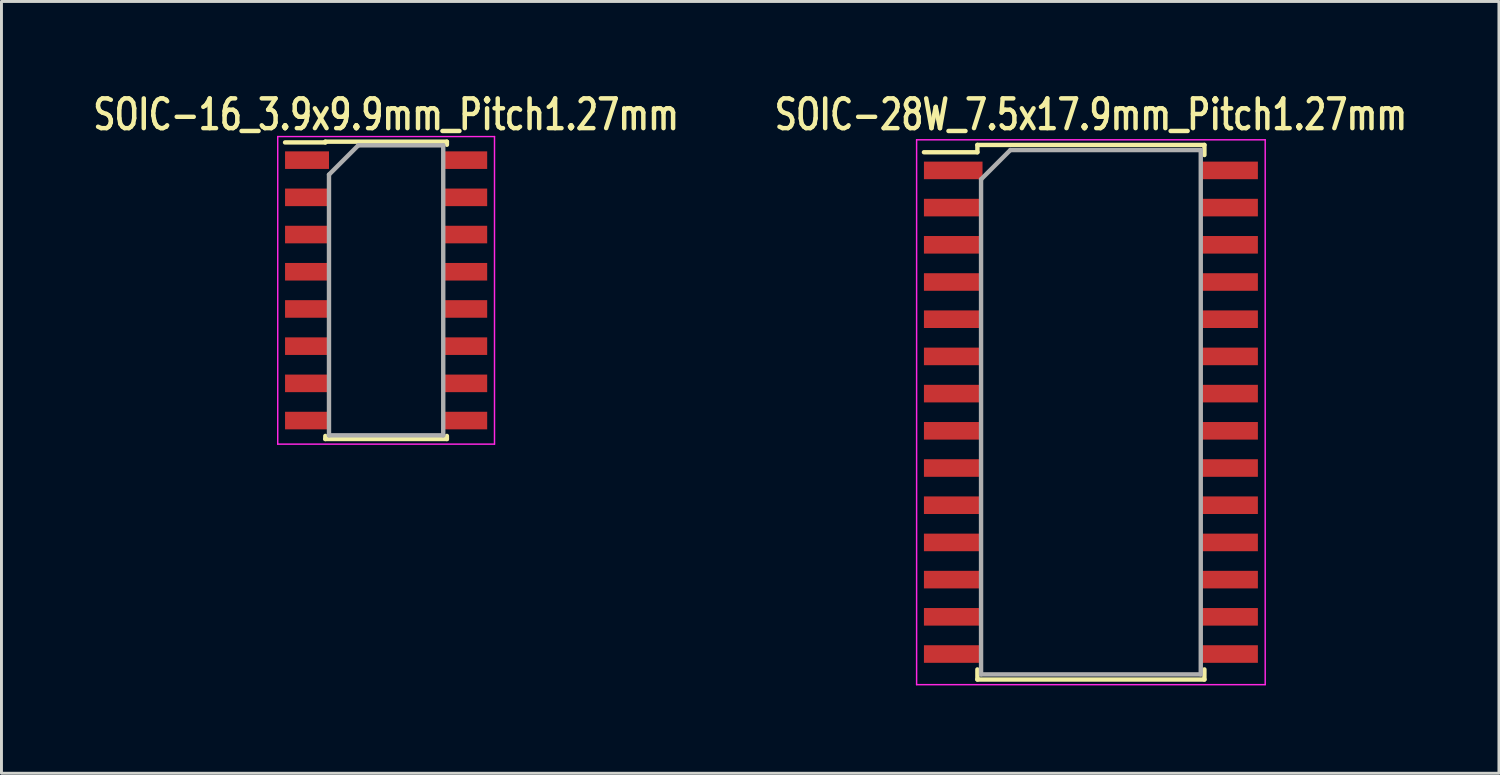
<source format=kicad_pcb>
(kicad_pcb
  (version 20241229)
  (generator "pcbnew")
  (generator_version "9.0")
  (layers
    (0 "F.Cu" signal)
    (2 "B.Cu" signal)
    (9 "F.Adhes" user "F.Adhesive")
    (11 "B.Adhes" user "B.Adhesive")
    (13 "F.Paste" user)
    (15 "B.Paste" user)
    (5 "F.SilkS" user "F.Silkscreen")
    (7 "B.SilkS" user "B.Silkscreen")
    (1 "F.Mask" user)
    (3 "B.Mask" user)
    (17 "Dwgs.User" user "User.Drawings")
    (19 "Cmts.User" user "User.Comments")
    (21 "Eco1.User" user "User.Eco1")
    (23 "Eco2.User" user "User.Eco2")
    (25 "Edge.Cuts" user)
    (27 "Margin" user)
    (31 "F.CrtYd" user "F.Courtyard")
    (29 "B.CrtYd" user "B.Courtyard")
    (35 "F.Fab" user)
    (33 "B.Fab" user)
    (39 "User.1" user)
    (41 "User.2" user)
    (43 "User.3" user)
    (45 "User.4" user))
  (footprint "SOIC-16_3.9x9.9mm_Pitch1.27mm"
    (layer "F.Cu")
    (at 10.131 6.862)
    (property "Reference" "SOIC-16_3.9x9.9mm_Pitch1.27mm" (at 0 -6 0) (layer "F.SilkS") (effects (font (size 1.016 0.762) (thickness 0.152))))
    (attr smd)
    (fp_line (start -2.075 -5.075) (end -2.075 -5.05) (stroke (width 0.15) (type solid)) (layer "F.SilkS"))
    (fp_line (start -2.075 -5.075) (end 2.075 -5.075) (stroke (width 0.15) (type solid)) (layer "F.SilkS"))
    (fp_line (start -2.075 -5.05) (end -3.45 -5.05) (stroke (width 0.15) (type solid)) (layer "F.SilkS"))
    (fp_line (start -2.075 5.075) (end -2.075 4.97) (stroke (width 0.15) (type solid)) (layer "F.SilkS"))
    (fp_line (start -2.075 5.075) (end 2.075 5.075) (stroke (width 0.15) (type solid)) (layer "F.SilkS"))
    (fp_line (start 2.075 -5.075) (end 2.075 -4.97) (stroke (width 0.15) (type solid)) (layer "F.SilkS"))
    (fp_line (start 2.075 5.075) (end 2.075 4.97) (stroke (width 0.15) (type solid)) (layer "F.SilkS"))
    (fp_line (start -3.7 -5.25) (end -3.7 5.25) (stroke (width 0.05) (type solid)) (layer "F.CrtYd"))
    (fp_line (start -3.7 -5.25) (end 3.7 -5.25) (stroke (width 0.05) (type solid)) (layer "F.CrtYd"))
    (fp_line (start -3.7 5.25) (end 3.7 5.25) (stroke (width 0.05) (type solid)) (layer "F.CrtYd"))
    (fp_line (start 3.7 -5.25) (end 3.7 5.25) (stroke (width 0.05) (type solid)) (layer "F.CrtYd"))
    (fp_line (start -1.95 -3.95) (end -0.95 -4.95) (stroke (width 0.15) (type solid)) (layer "F.Fab"))
    (fp_line (start -1.95 4.95) (end -1.95 -3.95) (stroke (width 0.15) (type solid)) (layer "F.Fab"))
    (fp_line (start -0.95 -4.95) (end 1.95 -4.95) (stroke (width 0.15) (type solid)) (layer "F.Fab"))
    (fp_line (start 1.95 -4.95) (end 1.95 4.95) (stroke (width 0.15) (type solid)) (layer "F.Fab"))
    (fp_line (start 1.95 4.95) (end -1.95 4.95) (stroke (width 0.15) (type solid)) (layer "F.Fab"))
    (pad "1" smd rect (at -2.7 -4.445) (size 1.5 0.6) (layers "F.Cu" "F.Mask" "F.Paste"))
    (pad "2" smd rect (at -2.7 -3.175) (size 1.5 0.6) (layers "F.Cu" "F.Mask" "F.Paste"))
    (pad "3" smd rect (at -2.7 -1.905) (size 1.5 0.6) (layers "F.Cu" "F.Mask" "F.Paste"))
    (pad "4" smd rect (at -2.7 -0.635) (size 1.5 0.6) (layers "F.Cu" "F.Mask" "F.Paste"))
    (pad "5" smd rect (at -2.7 0.635) (size 1.5 0.6) (layers "F.Cu" "F.Mask" "F.Paste"))
    (pad "6" smd rect (at -2.7 1.905) (size 1.5 0.6) (layers "F.Cu" "F.Mask" "F.Paste"))
    (pad "7" smd rect (at -2.7 3.175) (size 1.5 0.6) (layers "F.Cu" "F.Mask" "F.Paste"))
    (pad "8" smd rect (at -2.7 4.445) (size 1.5 0.6) (layers "F.Cu" "F.Mask" "F.Paste"))
    (pad "9" smd rect (at 2.7 4.445) (size 1.5 0.6) (layers "F.Cu" "F.Mask" "F.Paste"))
    (pad "10" smd rect (at 2.7 3.175) (size 1.5 0.6) (layers "F.Cu" "F.Mask" "F.Paste"))
    (pad "11" smd rect (at 2.7 1.905) (size 1.5 0.6) (layers "F.Cu" "F.Mask" "F.Paste"))
    (pad "12" smd rect (at 2.7 0.635) (size 1.5 0.6) (layers "F.Cu" "F.Mask" "F.Paste"))
    (pad "13" smd rect (at 2.7 -0.635) (size 1.5 0.6) (layers "F.Cu" "F.Mask" "F.Paste"))
    (pad "14" smd rect (at 2.7 -1.905) (size 1.5 0.6) (layers "F.Cu" "F.Mask" "F.Paste"))
    (pad "15" smd rect (at 2.7 -3.175) (size 1.5 0.6) (layers "F.Cu" "F.Mask" "F.Paste"))
    (pad "16" smd rect (at 2.7 -4.445) (size 1.5 0.6) (layers "F.Cu" "F.Mask" "F.Paste")))
  (footprint "SOIC-28W_7.5x17.9mm_Pitch1.27mm"
    (layer "F.Cu")
    (at 34.191 11.022)
    (property "Reference" "SOIC-28W_7.5x17.9mm_Pitch1.27mm" (at 0 -10.16 0) (layer "F.SilkS") (effects (font (size 1.016 0.762) (thickness 0.152))))
    (attr smd)
    (fp_line (start -3.875 -9.125) (end -3.875 -8.875) (stroke (width 0.15) (type solid)) (layer "F.SilkS"))
    (fp_line (start -3.875 -9.125) (end 3.875 -9.125) (stroke (width 0.15) (type solid)) (layer "F.SilkS"))
    (fp_line (start -3.875 -8.875) (end -5.7 -8.875) (stroke (width 0.15) (type solid)) (layer "F.SilkS"))
    (fp_line (start -3.875 9.125) (end -3.875 8.78) (stroke (width 0.15) (type solid)) (layer "F.SilkS"))
    (fp_line (start -3.875 9.125) (end 3.875 9.125) (stroke (width 0.15) (type solid)) (layer "F.SilkS"))
    (fp_line (start 3.875 -9.125) (end 3.875 -8.78) (stroke (width 0.15) (type solid)) (layer "F.SilkS"))
    (fp_line (start 3.875 9.125) (end 3.875 8.78) (stroke (width 0.15) (type solid)) (layer "F.SilkS"))
    (fp_line (start -5.95 -9.3) (end -5.95 9.3) (stroke (width 0.05) (type solid)) (layer "F.CrtYd"))
    (fp_line (start -5.95 -9.3) (end 5.95 -9.3) (stroke (width 0.05) (type solid)) (layer "F.CrtYd"))
    (fp_line (start -5.95 9.3) (end 5.95 9.3) (stroke (width 0.05) (type solid)) (layer "F.CrtYd"))
    (fp_line (start 5.95 -9.3) (end 5.95 9.3) (stroke (width 0.05) (type solid)) (layer "F.CrtYd"))
    (fp_line (start -3.75 -7.95) (end -2.75 -8.95) (stroke (width 0.15) (type solid)) (layer "F.Fab"))
    (fp_line (start -3.75 8.95) (end -3.75 -7.95) (stroke (width 0.15) (type solid)) (layer "F.Fab"))
    (fp_line (start -2.75 -8.95) (end 3.75 -8.95) (stroke (width 0.15) (type solid)) (layer "F.Fab"))
    (fp_line (start 3.75 -8.95) (end 3.75 8.95) (stroke (width 0.15) (type solid)) (layer "F.Fab"))
    (fp_line (start 3.75 8.95) (end -3.75 8.95) (stroke (width 0.15) (type solid)) (layer "F.Fab"))
    (pad "1" smd rect (at -4.7 -8.255) (size 2 0.6) (layers "F.Cu" "F.Mask" "F.Paste"))
    (pad "2" smd rect (at -4.7 -6.985) (size 2 0.6) (layers "F.Cu" "F.Mask" "F.Paste"))
    (pad "3" smd rect (at -4.7 -5.715) (size 2 0.6) (layers "F.Cu" "F.Mask" "F.Paste"))
    (pad "4" smd rect (at -4.7 -4.445) (size 2 0.6) (layers "F.Cu" "F.Mask" "F.Paste"))
    (pad "5" smd rect (at -4.7 -3.175) (size 2 0.6) (layers "F.Cu" "F.Mask" "F.Paste"))
    (pad "6" smd rect (at -4.7 -1.905) (size 2 0.6) (layers "F.Cu" "F.Mask" "F.Paste"))
    (pad "7" smd rect (at -4.7 -0.635) (size 2 0.6) (layers "F.Cu" "F.Mask" "F.Paste"))
    (pad "8" smd rect (at -4.7 0.635) (size 2 0.6) (layers "F.Cu" "F.Mask" "F.Paste"))
    (pad "9" smd rect (at -4.7 1.905) (size 2 0.6) (layers "F.Cu" "F.Mask" "F.Paste"))
    (pad "10" smd rect (at -4.7 3.175) (size 2 0.6) (layers "F.Cu" "F.Mask" "F.Paste"))
    (pad "11" smd rect (at -4.7 4.445) (size 2 0.6) (layers "F.Cu" "F.Mask" "F.Paste"))
    (pad "12" smd rect (at -4.7 5.715) (size 2 0.6) (layers "F.Cu" "F.Mask" "F.Paste"))
    (pad "13" smd rect (at -4.7 6.985) (size 2 0.6) (layers "F.Cu" "F.Mask" "F.Paste"))
    (pad "14" smd rect (at -4.7 8.255) (size 2 0.6) (layers "F.Cu" "F.Mask" "F.Paste"))
    (pad "15" smd rect (at 4.7 8.255) (size 2 0.6) (layers "F.Cu" "F.Mask" "F.Paste"))
    (pad "16" smd rect (at 4.7 6.985) (size 2 0.6) (layers "F.Cu" "F.Mask" "F.Paste"))
    (pad "17" smd rect (at 4.7 5.715) (size 2 0.6) (layers "F.Cu" "F.Mask" "F.Paste"))
    (pad "18" smd rect (at 4.7 4.445) (size 2 0.6) (layers "F.Cu" "F.Mask" "F.Paste"))
    (pad "19" smd rect (at 4.7 3.175) (size 2 0.6) (layers "F.Cu" "F.Mask" "F.Paste"))
    (pad "20" smd rect (at 4.7 1.905) (size 2 0.6) (layers "F.Cu" "F.Mask" "F.Paste"))
    (pad "21" smd rect (at 4.7 0.635) (size 2 0.6) (layers "F.Cu" "F.Mask" "F.Paste"))
    (pad "22" smd rect (at 4.7 -0.635) (size 2 0.6) (layers "F.Cu" "F.Mask" "F.Paste"))
    (pad "23" smd rect (at 4.7 -1.905) (size 2 0.6) (layers "F.Cu" "F.Mask" "F.Paste"))
    (pad "24" smd rect (at 4.7 -3.175) (size 2 0.6) (layers "F.Cu" "F.Mask" "F.Paste"))
    (pad "25" smd rect (at 4.7 -4.445) (size 2 0.6) (layers "F.Cu" "F.Mask" "F.Paste"))
    (pad "26" smd rect (at 4.7 -5.715) (size 2 0.6) (layers "F.Cu" "F.Mask" "F.Paste"))
    (pad "27" smd rect (at 4.7 -6.985) (size 2 0.6) (layers "F.Cu" "F.Mask" "F.Paste"))
    (pad "28" smd rect (at 4.7 -8.255) (size 2 0.6) (layers "F.Cu" "F.Mask" "F.Paste")))
  (gr_rect
    (start -3 -3)
    (end 48.12 23.347)
    (stroke (width 0.1) (type default))
    (fill no)
    (layer "Edge.Cuts")))
</source>
